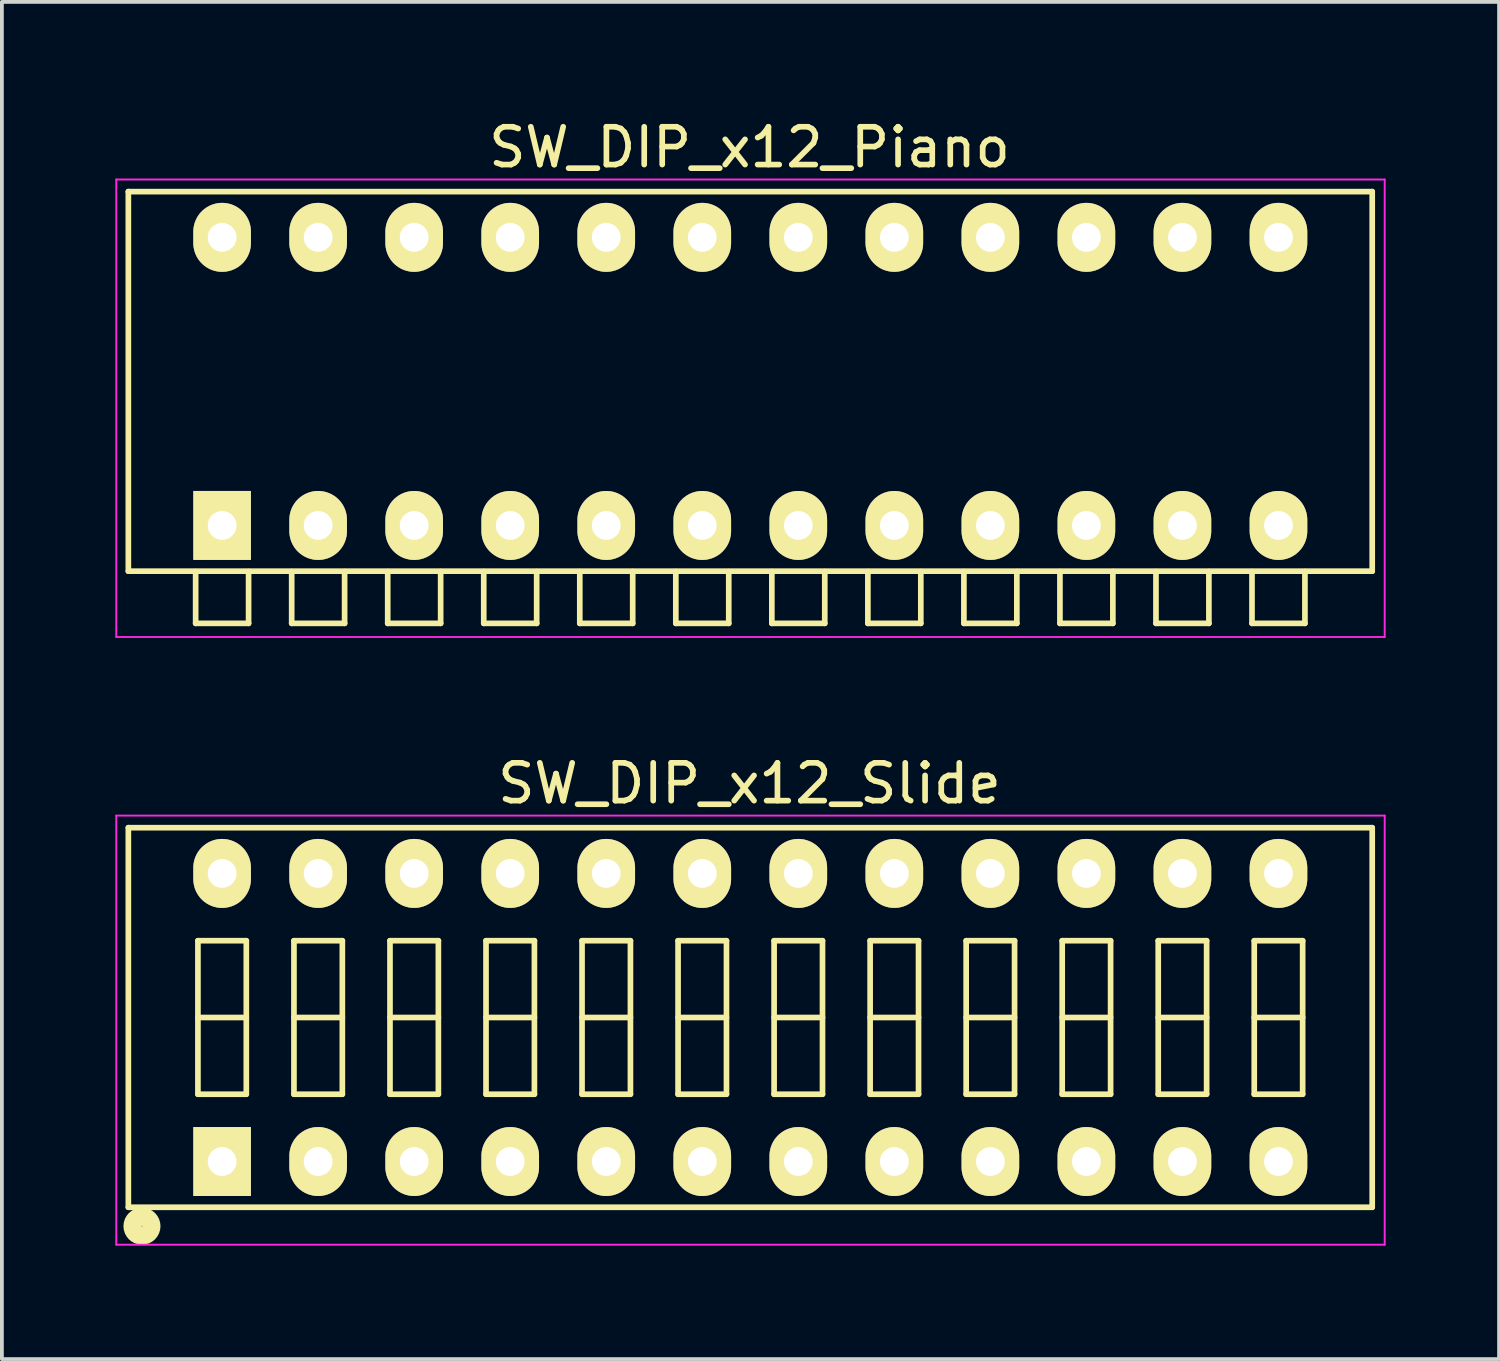
<source format=kicad_pcb>
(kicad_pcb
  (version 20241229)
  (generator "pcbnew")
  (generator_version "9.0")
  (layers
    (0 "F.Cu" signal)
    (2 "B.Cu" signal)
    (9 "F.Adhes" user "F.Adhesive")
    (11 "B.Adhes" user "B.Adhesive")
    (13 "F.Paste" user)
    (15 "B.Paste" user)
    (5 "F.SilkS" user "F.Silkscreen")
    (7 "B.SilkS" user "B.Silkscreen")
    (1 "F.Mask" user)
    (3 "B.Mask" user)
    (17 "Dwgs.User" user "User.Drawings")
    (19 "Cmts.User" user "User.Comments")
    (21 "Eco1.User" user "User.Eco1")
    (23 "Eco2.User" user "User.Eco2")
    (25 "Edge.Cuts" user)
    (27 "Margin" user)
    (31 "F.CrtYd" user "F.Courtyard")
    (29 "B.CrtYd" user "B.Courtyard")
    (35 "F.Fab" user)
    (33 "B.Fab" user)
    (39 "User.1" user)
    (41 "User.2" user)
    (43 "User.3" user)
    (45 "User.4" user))
  (footprint "SW_DIP_x12_Piano"
    (layer "F.Cu")
    (at 2.825 10.848)
    (property "Reference" "SW_DIP_x12_Piano" (at 13.95 -10 0) (layer "F.SilkS") (effects (font (size 1 1) (thickness 0.15))))
    (attr through_hole)
    (fp_line (start -2.48 -8.83) (end 30.42 -8.83) (stroke (width 0.15) (type solid)) (layer "F.SilkS"))
    (fp_line (start -2.48 1.21) (end -2.48 -8.83) (stroke (width 0.15) (type solid)) (layer "F.SilkS"))
    (fp_line (start -0.7 1.22) (end -0.7 2.59) (stroke (width 0.15) (type solid)) (layer "F.SilkS"))
    (fp_line (start -0.7 2.59) (end 0.7 2.59) (stroke (width 0.15) (type solid)) (layer "F.SilkS"))
    (fp_line (start 0.7 2.59) (end 0.7 1.22) (stroke (width 0.15) (type solid)) (layer "F.SilkS"))
    (fp_line (start 1.84 1.22) (end 1.84 2.59) (stroke (width 0.15) (type solid)) (layer "F.SilkS"))
    (fp_line (start 1.84 2.59) (end 3.24 2.59) (stroke (width 0.15) (type solid)) (layer "F.SilkS"))
    (fp_line (start 3.24 2.59) (end 3.24 1.22) (stroke (width 0.15) (type solid)) (layer "F.SilkS"))
    (fp_line (start 4.38 1.22) (end 4.38 2.59) (stroke (width 0.15) (type solid)) (layer "F.SilkS"))
    (fp_line (start 4.38 2.59) (end 5.78 2.59) (stroke (width 0.15) (type solid)) (layer "F.SilkS"))
    (fp_line (start 5.78 2.59) (end 5.78 1.22) (stroke (width 0.15) (type solid)) (layer "F.SilkS"))
    (fp_line (start 6.92 1.22) (end 6.92 2.59) (stroke (width 0.15) (type solid)) (layer "F.SilkS"))
    (fp_line (start 6.92 2.59) (end 8.32 2.59) (stroke (width 0.15) (type solid)) (layer "F.SilkS"))
    (fp_line (start 8.32 2.59) (end 8.32 1.22) (stroke (width 0.15) (type solid)) (layer "F.SilkS"))
    (fp_line (start 9.46 1.22) (end 9.46 2.59) (stroke (width 0.15) (type solid)) (layer "F.SilkS"))
    (fp_line (start 9.46 2.59) (end 10.86 2.59) (stroke (width 0.15) (type solid)) (layer "F.SilkS"))
    (fp_line (start 10.86 2.59) (end 10.86 1.22) (stroke (width 0.15) (type solid)) (layer "F.SilkS"))
    (fp_line (start 12 1.22) (end 12 2.59) (stroke (width 0.15) (type solid)) (layer "F.SilkS"))
    (fp_line (start 12 2.59) (end 13.4 2.59) (stroke (width 0.15) (type solid)) (layer "F.SilkS"))
    (fp_line (start 13.4 2.59) (end 13.4 1.22) (stroke (width 0.15) (type solid)) (layer "F.SilkS"))
    (fp_line (start 14.54 1.22) (end 14.54 2.59) (stroke (width 0.15) (type solid)) (layer "F.SilkS"))
    (fp_line (start 14.54 2.59) (end 15.94 2.59) (stroke (width 0.15) (type solid)) (layer "F.SilkS"))
    (fp_line (start 15.94 2.59) (end 15.94 1.22) (stroke (width 0.15) (type solid)) (layer "F.SilkS"))
    (fp_line (start 17.08 1.22) (end 17.08 2.59) (stroke (width 0.15) (type solid)) (layer "F.SilkS"))
    (fp_line (start 17.08 2.59) (end 18.48 2.59) (stroke (width 0.15) (type solid)) (layer "F.SilkS"))
    (fp_line (start 18.48 2.59) (end 18.48 1.22) (stroke (width 0.15) (type solid)) (layer "F.SilkS"))
    (fp_line (start 19.62 1.22) (end 19.62 2.59) (stroke (width 0.15) (type solid)) (layer "F.SilkS"))
    (fp_line (start 19.62 2.59) (end 21.02 2.59) (stroke (width 0.15) (type solid)) (layer "F.SilkS"))
    (fp_line (start 21.02 2.59) (end 21.02 1.22) (stroke (width 0.15) (type solid)) (layer "F.SilkS"))
    (fp_line (start 22.16 1.22) (end 22.16 2.59) (stroke (width 0.15) (type solid)) (layer "F.SilkS"))
    (fp_line (start 22.16 2.59) (end 23.56 2.59) (stroke (width 0.15) (type solid)) (layer "F.SilkS"))
    (fp_line (start 23.56 2.59) (end 23.56 1.22) (stroke (width 0.15) (type solid)) (layer "F.SilkS"))
    (fp_line (start 24.7 1.22) (end 24.7 2.59) (stroke (width 0.15) (type solid)) (layer "F.SilkS"))
    (fp_line (start 24.7 2.59) (end 26.1 2.59) (stroke (width 0.15) (type solid)) (layer "F.SilkS"))
    (fp_line (start 26.1 2.59) (end 26.1 1.22) (stroke (width 0.15) (type solid)) (layer "F.SilkS"))
    (fp_line (start 27.24 1.22) (end 27.24 2.59) (stroke (width 0.15) (type solid)) (layer "F.SilkS"))
    (fp_line (start 27.24 2.59) (end 28.64 2.59) (stroke (width 0.15) (type solid)) (layer "F.SilkS"))
    (fp_line (start 28.64 2.59) (end 28.64 1.22) (stroke (width 0.15) (type solid)) (layer "F.SilkS"))
    (fp_line (start 30.42 -8.83) (end 30.42 1.21) (stroke (width 0.15) (type solid)) (layer "F.SilkS"))
    (fp_line (start 30.42 1.21) (end -2.48 1.21) (stroke (width 0.15) (type solid)) (layer "F.SilkS"))
    (fp_line (start -2.8 -9.15) (end -2.8 2.95) (stroke (width 0.05) (type solid)) (layer "F.CrtYd"))
    (fp_line (start -2.8 2.95) (end 30.75 2.95) (stroke (width 0.05) (type solid)) (layer "F.CrtYd"))
    (fp_line (start 30.75 -9.15) (end -2.8 -9.15) (stroke (width 0.05) (type solid)) (layer "F.CrtYd"))
    (fp_line (start 30.75 2.95) (end 30.75 -9.15) (stroke (width 0.05) (type solid)) (layer "F.CrtYd"))
    (pad "1" thru_hole rect (at 0 0) (size 1.524 1.824) (drill 0.762) (layers "*.Cu" "*.Mask" "F.SilkS"))
    (pad "2" thru_hole oval (at 2.54 0) (size 1.524 1.824) (drill 0.762) (layers "*.Cu" "*.Mask" "F.SilkS"))
    (pad "3" thru_hole oval (at 5.08 0) (size 1.524 1.824) (drill 0.762) (layers "*.Cu" "*.Mask" "F.SilkS"))
    (pad "4" thru_hole oval (at 7.62 0) (size 1.524 1.824) (drill 0.762) (layers "*.Cu" "*.Mask" "F.SilkS"))
    (pad "5" thru_hole oval (at 10.16 0) (size 1.524 1.824) (drill 0.762) (layers "*.Cu" "*.Mask" "F.SilkS"))
    (pad "6" thru_hole oval (at 12.7 0) (size 1.524 1.824) (drill 0.762) (layers "*.Cu" "*.Mask" "F.SilkS"))
    (pad "7" thru_hole oval (at 15.24 0) (size 1.524 1.824) (drill 0.762) (layers "*.Cu" "*.Mask" "F.SilkS"))
    (pad "8" thru_hole oval (at 17.78 0) (size 1.524 1.824) (drill 0.762) (layers "*.Cu" "*.Mask" "F.SilkS"))
    (pad "9" thru_hole oval (at 20.32 0) (size 1.524 1.824) (drill 0.762) (layers "*.Cu" "*.Mask" "F.SilkS"))
    (pad "10" thru_hole oval (at 22.86 0) (size 1.524 1.824) (drill 0.762) (layers "*.Cu" "*.Mask" "F.SilkS"))
    (pad "11" thru_hole oval (at 25.4 0) (size 1.524 1.824) (drill 0.762) (layers "*.Cu" "*.Mask" "F.SilkS"))
    (pad "12" thru_hole oval (at 27.94 0) (size 1.524 1.824) (drill 0.762) (layers "*.Cu" "*.Mask" "F.SilkS"))
    (pad "13" thru_hole oval (at 27.94 -7.62) (size 1.524 1.824) (drill 0.762) (layers "*.Cu" "*.Mask" "F.SilkS"))
    (pad "14" thru_hole oval (at 25.4 -7.62) (size 1.524 1.824) (drill 0.762) (layers "*.Cu" "*.Mask" "F.SilkS"))
    (pad "15" thru_hole oval (at 22.86 -7.62) (size 1.524 1.824) (drill 0.762) (layers "*.Cu" "*.Mask" "F.SilkS"))
    (pad "16" thru_hole oval (at 20.32 -7.62) (size 1.524 1.824) (drill 0.762) (layers "*.Cu" "*.Mask" "F.SilkS"))
    (pad "17" thru_hole oval (at 17.78 -7.62) (size 1.524 1.824) (drill 0.762) (layers "*.Cu" "*.Mask" "F.SilkS"))
    (pad "18" thru_hole oval (at 15.24 -7.62) (size 1.524 1.824) (drill 0.762) (layers "*.Cu" "*.Mask" "F.SilkS"))
    (pad "19" thru_hole oval (at 12.7 -7.62) (size 1.524 1.824) (drill 0.762) (layers "*.Cu" "*.Mask" "F.SilkS"))
    (pad "20" thru_hole oval (at 10.16 -7.62) (size 1.524 1.824) (drill 0.762) (layers "*.Cu" "*.Mask" "F.SilkS"))
    (pad "21" thru_hole oval (at 7.62 -7.62) (size 1.524 1.824) (drill 0.762) (layers "*.Cu" "*.Mask" "F.SilkS"))
    (pad "22" thru_hole oval (at 5.08 -7.62) (size 1.524 1.824) (drill 0.762) (layers "*.Cu" "*.Mask" "F.SilkS"))
    (pad "23" thru_hole oval (at 2.54 -7.62) (size 1.524 1.824) (drill 0.762) (layers "*.Cu" "*.Mask" "F.SilkS"))
    (pad "24" thru_hole oval (at 0 -7.62) (size 1.524 1.824) (drill 0.762) (layers "*.Cu" "*.Mask" "F.SilkS")))
  (footprint "SW_DIP_x12_Slide"
    (layer "F.Cu")
    (at 2.825 27.672)
    (property "Reference" "SW_DIP_x12_Slide" (at 13.95 -10 0) (layer "F.SilkS") (effects (font (size 1 1) (thickness 0.15))))
    (attr through_hole)
    (fp_line (start -2.48 -8.83) (end 30.42 -8.83) (stroke (width 0.15) (type solid)) (layer "F.SilkS"))
    (fp_line (start -2.48 1.21) (end -2.48 -8.83) (stroke (width 0.15) (type solid)) (layer "F.SilkS"))
    (fp_line (start -0.64 -5.84) (end -0.64 -1.78) (stroke (width 0.15) (type solid)) (layer "F.SilkS"))
    (fp_line (start -0.64 -3.81) (end 0.64 -3.81) (stroke (width 0.15) (type solid)) (layer "F.SilkS"))
    (fp_line (start -0.64 -1.78) (end 0.64 -1.78) (stroke (width 0.15) (type solid)) (layer "F.SilkS"))
    (fp_line (start 0.64 -5.84) (end -0.64 -5.84) (stroke (width 0.15) (type solid)) (layer "F.SilkS"))
    (fp_line (start 0.64 -1.78) (end 0.64 -5.84) (stroke (width 0.15) (type solid)) (layer "F.SilkS"))
    (fp_line (start 1.9 -5.84) (end 1.9 -1.78) (stroke (width 0.15) (type solid)) (layer "F.SilkS"))
    (fp_line (start 1.9 -3.81) (end 3.18 -3.81) (stroke (width 0.15) (type solid)) (layer "F.SilkS"))
    (fp_line (start 1.9 -1.78) (end 3.18 -1.78) (stroke (width 0.15) (type solid)) (layer "F.SilkS"))
    (fp_line (start 3.18 -5.84) (end 1.9 -5.84) (stroke (width 0.15) (type solid)) (layer "F.SilkS"))
    (fp_line (start 3.18 -1.78) (end 3.18 -5.84) (stroke (width 0.15) (type solid)) (layer "F.SilkS"))
    (fp_line (start 4.44 -5.84) (end 4.44 -1.78) (stroke (width 0.15) (type solid)) (layer "F.SilkS"))
    (fp_line (start 4.44 -3.81) (end 5.72 -3.81) (stroke (width 0.15) (type solid)) (layer "F.SilkS"))
    (fp_line (start 4.44 -1.78) (end 5.72 -1.78) (stroke (width 0.15) (type solid)) (layer "F.SilkS"))
    (fp_line (start 5.72 -5.84) (end 4.44 -5.84) (stroke (width 0.15) (type solid)) (layer "F.SilkS"))
    (fp_line (start 5.72 -1.78) (end 5.72 -5.84) (stroke (width 0.15) (type solid)) (layer "F.SilkS"))
    (fp_line (start 6.98 -5.84) (end 6.98 -1.78) (stroke (width 0.15) (type solid)) (layer "F.SilkS"))
    (fp_line (start 6.98 -3.81) (end 8.26 -3.81) (stroke (width 0.15) (type solid)) (layer "F.SilkS"))
    (fp_line (start 6.98 -1.78) (end 8.26 -1.78) (stroke (width 0.15) (type solid)) (layer "F.SilkS"))
    (fp_line (start 8.26 -5.84) (end 6.98 -5.84) (stroke (width 0.15) (type solid)) (layer "F.SilkS"))
    (fp_line (start 8.26 -1.78) (end 8.26 -5.84) (stroke (width 0.15) (type solid)) (layer "F.SilkS"))
    (fp_line (start 9.52 -5.84) (end 9.52 -1.78) (stroke (width 0.15) (type solid)) (layer "F.SilkS"))
    (fp_line (start 9.52 -3.81) (end 10.8 -3.81) (stroke (width 0.15) (type solid)) (layer "F.SilkS"))
    (fp_line (start 9.52 -1.78) (end 10.8 -1.78) (stroke (width 0.15) (type solid)) (layer "F.SilkS"))
    (fp_line (start 10.8 -5.84) (end 9.52 -5.84) (stroke (width 0.15) (type solid)) (layer "F.SilkS"))
    (fp_line (start 10.8 -1.78) (end 10.8 -5.84) (stroke (width 0.15) (type solid)) (layer "F.SilkS"))
    (fp_line (start 12.06 -5.84) (end 12.06 -1.78) (stroke (width 0.15) (type solid)) (layer "F.SilkS"))
    (fp_line (start 12.06 -3.81) (end 13.34 -3.81) (stroke (width 0.15) (type solid)) (layer "F.SilkS"))
    (fp_line (start 12.06 -1.78) (end 13.34 -1.78) (stroke (width 0.15) (type solid)) (layer "F.SilkS"))
    (fp_line (start 13.34 -5.84) (end 12.06 -5.84) (stroke (width 0.15) (type solid)) (layer "F.SilkS"))
    (fp_line (start 13.34 -1.78) (end 13.34 -5.84) (stroke (width 0.15) (type solid)) (layer "F.SilkS"))
    (fp_line (start 14.6 -5.84) (end 14.6 -1.78) (stroke (width 0.15) (type solid)) (layer "F.SilkS"))
    (fp_line (start 14.6 -3.81) (end 15.88 -3.81) (stroke (width 0.15) (type solid)) (layer "F.SilkS"))
    (fp_line (start 14.6 -1.78) (end 15.88 -1.78) (stroke (width 0.15) (type solid)) (layer "F.SilkS"))
    (fp_line (start 15.88 -5.84) (end 14.6 -5.84) (stroke (width 0.15) (type solid)) (layer "F.SilkS"))
    (fp_line (start 15.88 -1.78) (end 15.88 -5.84) (stroke (width 0.15) (type solid)) (layer "F.SilkS"))
    (fp_line (start 17.14 -5.84) (end 17.14 -1.78) (stroke (width 0.15) (type solid)) (layer "F.SilkS"))
    (fp_line (start 17.14 -3.81) (end 18.42 -3.81) (stroke (width 0.15) (type solid)) (layer "F.SilkS"))
    (fp_line (start 17.14 -1.78) (end 18.42 -1.78) (stroke (width 0.15) (type solid)) (layer "F.SilkS"))
    (fp_line (start 18.42 -5.84) (end 17.14 -5.84) (stroke (width 0.15) (type solid)) (layer "F.SilkS"))
    (fp_line (start 18.42 -1.78) (end 18.42 -5.84) (stroke (width 0.15) (type solid)) (layer "F.SilkS"))
    (fp_line (start 19.68 -5.84) (end 19.68 -1.78) (stroke (width 0.15) (type solid)) (layer "F.SilkS"))
    (fp_line (start 19.68 -3.81) (end 20.96 -3.81) (stroke (width 0.15) (type solid)) (layer "F.SilkS"))
    (fp_line (start 19.68 -1.78) (end 20.96 -1.78) (stroke (width 0.15) (type solid)) (layer "F.SilkS"))
    (fp_line (start 20.96 -5.84) (end 19.68 -5.84) (stroke (width 0.15) (type solid)) (layer "F.SilkS"))
    (fp_line (start 20.96 -1.78) (end 20.96 -5.84) (stroke (width 0.15) (type solid)) (layer "F.SilkS"))
    (fp_line (start 22.22 -5.84) (end 22.22 -1.78) (stroke (width 0.15) (type solid)) (layer "F.SilkS"))
    (fp_line (start 22.22 -3.81) (end 23.5 -3.81) (stroke (width 0.15) (type solid)) (layer "F.SilkS"))
    (fp_line (start 22.22 -1.78) (end 23.5 -1.78) (stroke (width 0.15) (type solid)) (layer "F.SilkS"))
    (fp_line (start 23.5 -5.84) (end 22.22 -5.84) (stroke (width 0.15) (type solid)) (layer "F.SilkS"))
    (fp_line (start 23.5 -1.78) (end 23.5 -5.84) (stroke (width 0.15) (type solid)) (layer "F.SilkS"))
    (fp_line (start 24.76 -5.84) (end 24.76 -1.78) (stroke (width 0.15) (type solid)) (layer "F.SilkS"))
    (fp_line (start 24.76 -3.81) (end 26.04 -3.81) (stroke (width 0.15) (type solid)) (layer "F.SilkS"))
    (fp_line (start 24.76 -1.78) (end 26.04 -1.78) (stroke (width 0.15) (type solid)) (layer "F.SilkS"))
    (fp_line (start 26.04 -5.84) (end 24.76 -5.84) (stroke (width 0.15) (type solid)) (layer "F.SilkS"))
    (fp_line (start 26.04 -1.78) (end 26.04 -5.84) (stroke (width 0.15) (type solid)) (layer "F.SilkS"))
    (fp_line (start 27.3 -5.84) (end 27.3 -1.78) (stroke (width 0.15) (type solid)) (layer "F.SilkS"))
    (fp_line (start 27.3 -3.81) (end 28.58 -3.81) (stroke (width 0.15) (type solid)) (layer "F.SilkS"))
    (fp_line (start 27.3 -1.78) (end 28.58 -1.78) (stroke (width 0.15) (type solid)) (layer "F.SilkS"))
    (fp_line (start 28.58 -5.84) (end 27.3 -5.84) (stroke (width 0.15) (type solid)) (layer "F.SilkS"))
    (fp_line (start 28.58 -1.78) (end 28.58 -5.84) (stroke (width 0.15) (type solid)) (layer "F.SilkS"))
    (fp_line (start 30.42 -8.83) (end 30.42 1.21) (stroke (width 0.15) (type solid)) (layer "F.SilkS"))
    (fp_line (start 30.42 1.21) (end -2.48 1.21) (stroke (width 0.15) (type solid)) (layer "F.SilkS"))
    (fp_circle (center -2.12 1.71) (end -2.12 1.7) (stroke (width 0.48) (type solid)) (fill no) (layer "F.SilkS"))
    (fp_line (start -2.8 -9.15) (end -2.8 2.2) (stroke (width 0.05) (type solid)) (layer "F.CrtYd"))
    (fp_line (start -2.8 2.2) (end 30.75 2.2) (stroke (width 0.05) (type solid)) (layer "F.CrtYd"))
    (fp_line (start 30.75 -9.15) (end -2.8 -9.15) (stroke (width 0.05) (type solid)) (layer "F.CrtYd"))
    (fp_line (start 30.75 2.2) (end 30.75 -9.15) (stroke (width 0.05) (type solid)) (layer "F.CrtYd"))
    (pad "1" thru_hole rect (at 0 0) (size 1.524 1.824) (drill 0.762) (layers "*.Cu" "*.Mask" "F.SilkS"))
    (pad "2" thru_hole oval (at 2.54 0) (size 1.524 1.824) (drill 0.762) (layers "*.Cu" "*.Mask" "F.SilkS"))
    (pad "3" thru_hole oval (at 5.08 0) (size 1.524 1.824) (drill 0.762) (layers "*.Cu" "*.Mask" "F.SilkS"))
    (pad "4" thru_hole oval (at 7.62 0) (size 1.524 1.824) (drill 0.762) (layers "*.Cu" "*.Mask" "F.SilkS"))
    (pad "5" thru_hole oval (at 10.16 0) (size 1.524 1.824) (drill 0.762) (layers "*.Cu" "*.Mask" "F.SilkS"))
    (pad "6" thru_hole oval (at 12.7 0) (size 1.524 1.824) (drill 0.762) (layers "*.Cu" "*.Mask" "F.SilkS"))
    (pad "7" thru_hole oval (at 15.24 0) (size 1.524 1.824) (drill 0.762) (layers "*.Cu" "*.Mask" "F.SilkS"))
    (pad "8" thru_hole oval (at 17.78 0) (size 1.524 1.824) (drill 0.762) (layers "*.Cu" "*.Mask" "F.SilkS"))
    (pad "9" thru_hole oval (at 20.32 0) (size 1.524 1.824) (drill 0.762) (layers "*.Cu" "*.Mask" "F.SilkS"))
    (pad "10" thru_hole oval (at 22.86 0) (size 1.524 1.824) (drill 0.762) (layers "*.Cu" "*.Mask" "F.SilkS"))
    (pad "11" thru_hole oval (at 25.4 0) (size 1.524 1.824) (drill 0.762) (layers "*.Cu" "*.Mask" "F.SilkS"))
    (pad "12" thru_hole oval (at 27.94 0) (size 1.524 1.824) (drill 0.762) (layers "*.Cu" "*.Mask" "F.SilkS"))
    (pad "13" thru_hole oval (at 27.94 -7.62) (size 1.524 1.824) (drill 0.762) (layers "*.Cu" "*.Mask" "F.SilkS"))
    (pad "14" thru_hole oval (at 25.4 -7.62) (size 1.524 1.824) (drill 0.762) (layers "*.Cu" "*.Mask" "F.SilkS"))
    (pad "15" thru_hole oval (at 22.86 -7.62) (size 1.524 1.824) (drill 0.762) (layers "*.Cu" "*.Mask" "F.SilkS"))
    (pad "16" thru_hole oval (at 20.32 -7.62) (size 1.524 1.824) (drill 0.762) (layers "*.Cu" "*.Mask" "F.SilkS"))
    (pad "17" thru_hole oval (at 17.78 -7.62) (size 1.524 1.824) (drill 0.762) (layers "*.Cu" "*.Mask" "F.SilkS"))
    (pad "18" thru_hole oval (at 15.24 -7.62) (size 1.524 1.824) (drill 0.762) (layers "*.Cu" "*.Mask" "F.SilkS"))
    (pad "19" thru_hole oval (at 12.7 -7.62) (size 1.524 1.824) (drill 0.762) (layers "*.Cu" "*.Mask" "F.SilkS"))
    (pad "20" thru_hole oval (at 10.16 -7.62) (size 1.524 1.824) (drill 0.762) (layers "*.Cu" "*.Mask" "F.SilkS"))
    (pad "21" thru_hole oval (at 7.62 -7.62) (size 1.524 1.824) (drill 0.762) (layers "*.Cu" "*.Mask" "F.SilkS"))
    (pad "22" thru_hole oval (at 5.08 -7.62) (size 1.524 1.824) (drill 0.762) (layers "*.Cu" "*.Mask" "F.SilkS"))
    (pad "23" thru_hole oval (at 2.54 -7.62) (size 1.524 1.824) (drill 0.762) (layers "*.Cu" "*.Mask" "F.SilkS"))
    (pad "24" thru_hole oval (at 0 -7.62) (size 1.524 1.824) (drill 0.762) (layers "*.Cu" "*.Mask" "F.SilkS")))
  (gr_rect
    (start -3 -3)
    (end 36.6 32.897)
    (stroke (width 0.1) (type default))
    (fill no)
    (layer "Edge.Cuts")))
</source>
